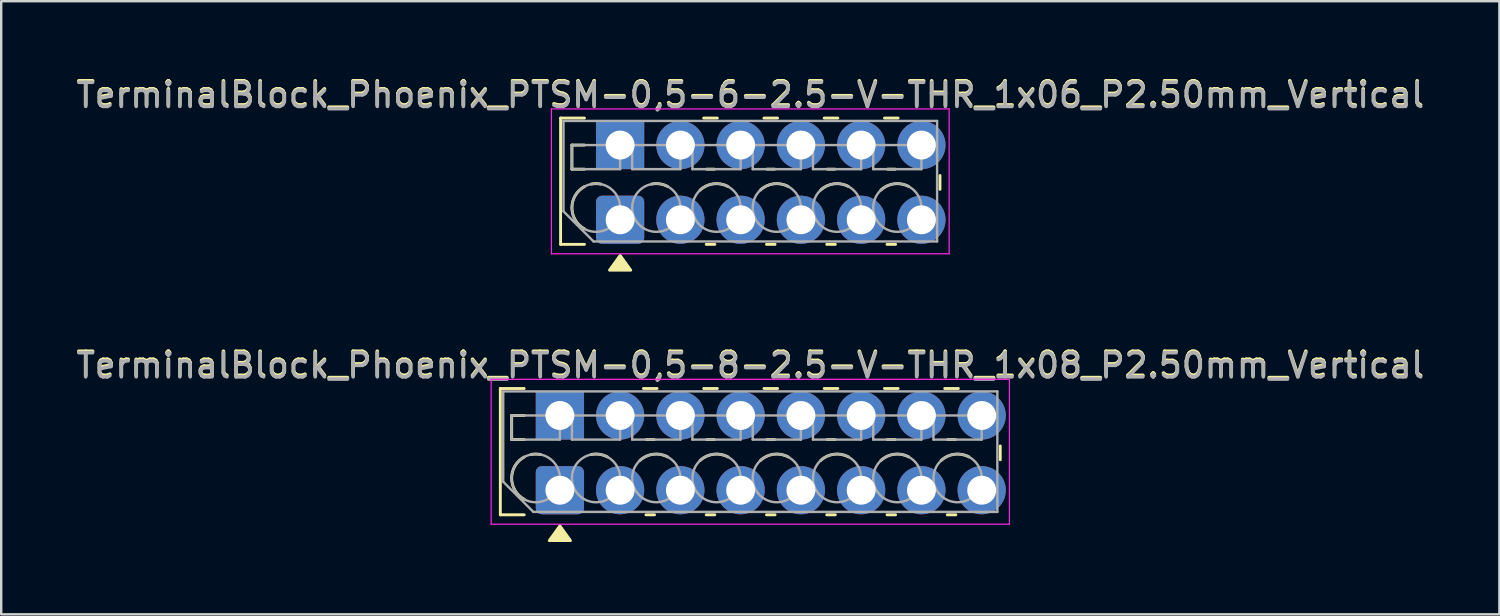
<source format=kicad_pcb>
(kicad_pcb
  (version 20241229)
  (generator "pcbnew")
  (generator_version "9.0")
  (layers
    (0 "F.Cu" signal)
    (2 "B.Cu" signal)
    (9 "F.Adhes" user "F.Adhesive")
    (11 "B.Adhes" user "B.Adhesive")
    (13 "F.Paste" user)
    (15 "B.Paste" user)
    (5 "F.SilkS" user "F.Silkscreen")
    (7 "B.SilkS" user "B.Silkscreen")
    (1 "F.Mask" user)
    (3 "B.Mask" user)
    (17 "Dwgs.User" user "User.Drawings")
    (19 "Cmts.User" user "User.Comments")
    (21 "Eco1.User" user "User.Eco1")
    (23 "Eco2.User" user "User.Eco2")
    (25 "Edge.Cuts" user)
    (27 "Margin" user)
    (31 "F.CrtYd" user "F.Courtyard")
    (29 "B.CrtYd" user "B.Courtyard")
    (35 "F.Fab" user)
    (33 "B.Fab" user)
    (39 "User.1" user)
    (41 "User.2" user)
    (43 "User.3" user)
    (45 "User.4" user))
  (footprint "TerminalBlock_Phoenix_PTSM-0,5-6-2.5-V-THR_1x06_P2.50mm_Vertical"
    (layer "F.Cu")
    (at 22.677 6.068)
    (property "Reference" "TerminalBlock_Phoenix_PTSM-0,5-6-2.5-V-THR_1x06_P2.50mm_Vertical" (at 5.4 -5.22 0) (layer "F.SilkS") (effects (font (size 1 1) (thickness 0.15))))
    (attr through_hole)
    (fp_line (start -2.47 -4.22) (end -2.47 1.02) (stroke (width 0.12) (type solid)) (layer "F.SilkS"))
    (fp_line (start -2.47 -4.22) (end -1.48 -4.22) (stroke (width 0.12) (type solid)) (layer "F.SilkS"))
    (fp_line (start -2.47 1.02) (end -1.48 1.02) (stroke (width 0.12) (type solid)) (layer "F.SilkS"))
    (fp_line (start -2 -3.1) (end -2 -2.1) (stroke (width 0.12) (type solid)) (layer "F.SilkS"))
    (fp_line (start -2 -3.1) (end -1.48 -3.1) (stroke (width 0.12) (type solid)) (layer "F.SilkS"))
    (fp_line (start -2 -2.1) (end -1.48 -2.1) (stroke (width 0.12) (type solid)) (layer "F.SilkS"))
    (fp_line (start 3.467 -4.22) (end 4.033 -4.22) (stroke (width 0.12) (type solid)) (layer "F.SilkS"))
    (fp_line (start 3.572 1.02) (end 3.928 1.02) (stroke (width 0.12) (type solid)) (layer "F.SilkS"))
    (fp_line (start 3.591 -2.1) (end 3.909 -2.1) (stroke (width 0.12) (type solid)) (layer "F.SilkS"))
    (fp_line (start 5.967 -4.22) (end 6.533 -4.22) (stroke (width 0.12) (type solid)) (layer "F.SilkS"))
    (fp_line (start 6.072 1.02) (end 6.428 1.02) (stroke (width 0.12) (type solid)) (layer "F.SilkS"))
    (fp_line (start 6.091 -2.1) (end 6.409 -2.1) (stroke (width 0.12) (type solid)) (layer "F.SilkS"))
    (fp_line (start 8.467 -4.22) (end 9.033 -4.22) (stroke (width 0.12) (type solid)) (layer "F.SilkS"))
    (fp_line (start 8.572 1.02) (end 8.928 1.02) (stroke (width 0.12) (type solid)) (layer "F.SilkS"))
    (fp_line (start 8.591 -2.1) (end 8.909 -2.1) (stroke (width 0.12) (type solid)) (layer "F.SilkS"))
    (fp_line (start 10.967 -4.22) (end 11.533 -4.22) (stroke (width 0.12) (type solid)) (layer "F.SilkS"))
    (fp_line (start 11.072 1.02) (end 11.428 1.02) (stroke (width 0.12) (type solid)) (layer "F.SilkS"))
    (fp_line (start 11.091 -2.1) (end 11.409 -2.1) (stroke (width 0.12) (type solid)) (layer "F.SilkS"))
    (fp_line (start 13.27 -1.836) (end 13.27 -1.264) (stroke (width 0.12) (type solid)) (layer "F.SilkS"))
    (fp_arc (start -1.48 0.377) (mid -2 -0.5) (end -1.48 -1.377) (stroke (width 0.12) (type solid)) (layer "F.SilkS"))
    (fp_arc (start -1.199 -1.48) (mid -1 -1.5) (end -0.801 -1.48) (stroke (width 0.12) (type solid)) (layer "F.SilkS"))
    (fp_arc (start 1.301 -1.48) (mid 1.644617 -1.48991) (end 1.971 -1.382) (stroke (width 0.12) (type solid)) (layer "F.SilkS"))
    (fp_arc (start 3.319 -1.233) (mid 3.871134 -1.492017) (end 4.471 -1.382) (stroke (width 0.12) (type solid)) (layer "F.SilkS"))
    (fp_arc (start 5.819 -1.233) (mid 6.371134 -1.492017) (end 6.971 -1.382) (stroke (width 0.12) (type solid)) (layer "F.SilkS"))
    (fp_arc (start 8.319 -1.233) (mid 8.871134 -1.492017) (end 9.471 -1.382) (stroke (width 0.12) (type solid)) (layer "F.SilkS"))
    (fp_arc (start 10.819 -1.233) (mid 11.371134 -1.492017) (end 11.971 -1.382) (stroke (width 0.12) (type solid)) (layer "F.SilkS"))
    (fp_poly (pts (xy 0 1.48) (xy 0.44 2.09) (xy -0.44 2.09)) (stroke (width 0.12) (type solid)) (fill yes) (layer "F.SilkS"))
    (fp_line (start -2.85 -4.6) (end -2.85 1.41) (stroke (width 0.05) (type solid)) (layer "F.CrtYd"))
    (fp_line (start -2.85 1.41) (end 13.65 1.41) (stroke (width 0.05) (type solid)) (layer "F.CrtYd"))
    (fp_line (start 13.65 -4.6) (end -2.85 -4.6) (stroke (width 0.05) (type solid)) (layer "F.CrtYd"))
    (fp_line (start 13.65 1.41) (end 13.65 -4.6) (stroke (width 0.05) (type solid)) (layer "F.CrtYd"))
    (fp_line (start -2.35 -4.1) (end 13.15 -4.1) (stroke (width 0.1) (type solid)) (layer "F.Fab"))
    (fp_line (start -2.35 -0.35) (end -2.35 -4.1) (stroke (width 0.1) (type solid)) (layer "F.Fab"))
    (fp_line (start -2 -3.1) (end -2 -2.1) (stroke (width 0.1) (type solid)) (layer "F.Fab"))
    (fp_line (start -2 -2.1) (end 0 -2.1) (stroke (width 0.1) (type solid)) (layer "F.Fab"))
    (fp_line (start -1.1 0.9) (end -2.35 -0.35) (stroke (width 0.1) (type solid)) (layer "F.Fab"))
    (fp_line (start 0 -3.1) (end -2 -3.1) (stroke (width 0.1) (type solid)) (layer "F.Fab"))
    (fp_line (start 0 -2.1) (end 0 -3.1) (stroke (width 0.1) (type solid)) (layer "F.Fab"))
    (fp_line (start 0.5 -3.1) (end 0.5 -2.1) (stroke (width 0.1) (type solid)) (layer "F.Fab"))
    (fp_line (start 0.5 -2.1) (end 2.5 -2.1) (stroke (width 0.1) (type solid)) (layer "F.Fab"))
    (fp_line (start 2.5 -3.1) (end 0.5 -3.1) (stroke (width 0.1) (type solid)) (layer "F.Fab"))
    (fp_line (start 2.5 -2.1) (end 2.5 -3.1) (stroke (width 0.1) (type solid)) (layer "F.Fab"))
    (fp_line (start 3 -3.1) (end 3 -2.1) (stroke (width 0.1) (type solid)) (layer "F.Fab"))
    (fp_line (start 3 -2.1) (end 5 -2.1) (stroke (width 0.1) (type solid)) (layer "F.Fab"))
    (fp_line (start 5 -3.1) (end 3 -3.1) (stroke (width 0.1) (type solid)) (layer "F.Fab"))
    (fp_line (start 5 -2.1) (end 5 -3.1) (stroke (width 0.1) (type solid)) (layer "F.Fab"))
    (fp_line (start 5.5 -3.1) (end 5.5 -2.1) (stroke (width 0.1) (type solid)) (layer "F.Fab"))
    (fp_line (start 5.5 -2.1) (end 7.5 -2.1) (stroke (width 0.1) (type solid)) (layer "F.Fab"))
    (fp_line (start 7.5 -3.1) (end 5.5 -3.1) (stroke (width 0.1) (type solid)) (layer "F.Fab"))
    (fp_line (start 7.5 -2.1) (end 7.5 -3.1) (stroke (width 0.1) (type solid)) (layer "F.Fab"))
    (fp_line (start 8 -3.1) (end 8 -2.1) (stroke (width 0.1) (type solid)) (layer "F.Fab"))
    (fp_line (start 8 -2.1) (end 10 -2.1) (stroke (width 0.1) (type solid)) (layer "F.Fab"))
    (fp_line (start 10 -3.1) (end 8 -3.1) (stroke (width 0.1) (type solid)) (layer "F.Fab"))
    (fp_line (start 10 -2.1) (end 10 -3.1) (stroke (width 0.1) (type solid)) (layer "F.Fab"))
    (fp_line (start 10.5 -3.1) (end 10.5 -2.1) (stroke (width 0.1) (type solid)) (layer "F.Fab"))
    (fp_line (start 10.5 -2.1) (end 12.5 -2.1) (stroke (width 0.1) (type solid)) (layer "F.Fab"))
    (fp_line (start 12.5 -3.1) (end 10.5 -3.1) (stroke (width 0.1) (type solid)) (layer "F.Fab"))
    (fp_line (start 12.5 -2.1) (end 12.5 -3.1) (stroke (width 0.1) (type solid)) (layer "F.Fab"))
    (fp_line (start 13.15 -4.1) (end 13.15 0.9) (stroke (width 0.1) (type solid)) (layer "F.Fab"))
    (fp_line (start 13.15 0.9) (end -1.1 0.9) (stroke (width 0.1) (type solid)) (layer "F.Fab"))
    (fp_circle (center -1 -0.5) (end 0 -0.5) (stroke (width 0.1) (type solid)) (fill no) (layer "F.Fab"))
    (fp_circle (center 1.5 -0.5) (end 2.5 -0.5) (stroke (width 0.1) (type solid)) (fill no) (layer "F.Fab"))
    (fp_circle (center 4 -0.5) (end 5 -0.5) (stroke (width 0.1) (type solid)) (fill no) (layer "F.Fab"))
    (fp_circle (center 6.5 -0.5) (end 7.5 -0.5) (stroke (width 0.1) (type solid)) (fill no) (layer "F.Fab"))
    (fp_circle (center 9 -0.5) (end 10 -0.5) (stroke (width 0.1) (type solid)) (fill no) (layer "F.Fab"))
    (fp_circle (center 11.5 -0.5) (end 12.5 -0.5) (stroke (width 0.1) (type solid)) (fill no) (layer "F.Fab"))
    (fp_text user "${REFERENCE}" (at 5.4 -5.16 0) (layer "F.Fab") (effects (font (size 1 1) (thickness 0.15))))
    (pad "1" thru_hole rect (at 0 -3.1) (size 2 2) (drill 1.2) (layers "*.Cu" "*.Mask"))
    (pad "1" thru_hole roundrect (at 0 0) (size 2 2) (drill 1.2) (layers "*.Cu" "*.Mask") (roundrect_rratio 0.125))
    (pad "2" thru_hole circle (at 2.5 -3.1) (size 2 2) (drill 1.2) (layers "*.Cu" "*.Mask"))
    (pad "2" thru_hole circle (at 2.5 0) (size 2 2) (drill 1.2) (layers "*.Cu" "*.Mask"))
    (pad "3" thru_hole circle (at 5 -3.1) (size 2 2) (drill 1.2) (layers "*.Cu" "*.Mask"))
    (pad "3" thru_hole circle (at 5 0) (size 2 2) (drill 1.2) (layers "*.Cu" "*.Mask"))
    (pad "4" thru_hole circle (at 7.5 -3.1) (size 2 2) (drill 1.2) (layers "*.Cu" "*.Mask"))
    (pad "4" thru_hole circle (at 7.5 0) (size 2 2) (drill 1.2) (layers "*.Cu" "*.Mask"))
    (pad "5" thru_hole circle (at 10 -3.1) (size 2 2) (drill 1.2) (layers "*.Cu" "*.Mask"))
    (pad "5" thru_hole circle (at 10 0) (size 2 2) (drill 1.2) (layers "*.Cu" "*.Mask"))
    (pad "6" thru_hole circle (at 12.5 -3.1) (size 2 2) (drill 1.2) (layers "*.Cu" "*.Mask"))
    (pad "6" thru_hole circle (at 12.5 0) (size 2 2) (drill 1.2) (layers "*.Cu" "*.Mask")))
  (footprint "TerminalBlock_Phoenix_PTSM-0,5-8-2.5-V-THR_1x08_P2.50mm_Vertical"
    (layer "F.Cu")
    (at 20.177 17.287)
    (property "Reference" "TerminalBlock_Phoenix_PTSM-0,5-8-2.5-V-THR_1x08_P2.50mm_Vertical" (at 7.9 -5.22 0) (layer "F.SilkS") (effects (font (size 1 1) (thickness 0.15))))
    (attr through_hole)
    (fp_line (start -2.47 -4.22) (end -2.47 1.02) (stroke (width 0.12) (type solid)) (layer "F.SilkS"))
    (fp_line (start -2.47 -4.22) (end -1.48 -4.22) (stroke (width 0.12) (type solid)) (layer "F.SilkS"))
    (fp_line (start -2.47 1.02) (end -1.48 1.02) (stroke (width 0.12) (type solid)) (layer "F.SilkS"))
    (fp_line (start -2 -3.1) (end -2 -2.1) (stroke (width 0.12) (type solid)) (layer "F.SilkS"))
    (fp_line (start -2 -3.1) (end -1.48 -3.1) (stroke (width 0.12) (type solid)) (layer "F.SilkS"))
    (fp_line (start -2 -2.1) (end -1.48 -2.1) (stroke (width 0.12) (type solid)) (layer "F.SilkS"))
    (fp_line (start 3.467 -4.22) (end 4.033 -4.22) (stroke (width 0.12) (type solid)) (layer "F.SilkS"))
    (fp_line (start 3.572 1.02) (end 3.928 1.02) (stroke (width 0.12) (type solid)) (layer "F.SilkS"))
    (fp_line (start 3.591 -2.1) (end 3.909 -2.1) (stroke (width 0.12) (type solid)) (layer "F.SilkS"))
    (fp_line (start 5.967 -4.22) (end 6.533 -4.22) (stroke (width 0.12) (type solid)) (layer "F.SilkS"))
    (fp_line (start 6.072 1.02) (end 6.428 1.02) (stroke (width 0.12) (type solid)) (layer "F.SilkS"))
    (fp_line (start 6.091 -2.1) (end 6.409 -2.1) (stroke (width 0.12) (type solid)) (layer "F.SilkS"))
    (fp_line (start 8.467 -4.22) (end 9.033 -4.22) (stroke (width 0.12) (type solid)) (layer "F.SilkS"))
    (fp_line (start 8.572 1.02) (end 8.928 1.02) (stroke (width 0.12) (type solid)) (layer "F.SilkS"))
    (fp_line (start 8.591 -2.1) (end 8.909 -2.1) (stroke (width 0.12) (type solid)) (layer "F.SilkS"))
    (fp_line (start 10.967 -4.22) (end 11.533 -4.22) (stroke (width 0.12) (type solid)) (layer "F.SilkS"))
    (fp_line (start 11.072 1.02) (end 11.428 1.02) (stroke (width 0.12) (type solid)) (layer "F.SilkS"))
    (fp_line (start 11.091 -2.1) (end 11.409 -2.1) (stroke (width 0.12) (type solid)) (layer "F.SilkS"))
    (fp_line (start 13.467 -4.22) (end 14.033 -4.22) (stroke (width 0.12) (type solid)) (layer "F.SilkS"))
    (fp_line (start 13.572 1.02) (end 13.928 1.02) (stroke (width 0.12) (type solid)) (layer "F.SilkS"))
    (fp_line (start 13.591 -2.1) (end 13.909 -2.1) (stroke (width 0.12) (type solid)) (layer "F.SilkS"))
    (fp_line (start 15.967 -4.22) (end 16.533 -4.22) (stroke (width 0.12) (type solid)) (layer "F.SilkS"))
    (fp_line (start 16.072 1.02) (end 16.428 1.02) (stroke (width 0.12) (type solid)) (layer "F.SilkS"))
    (fp_line (start 16.091 -2.1) (end 16.409 -2.1) (stroke (width 0.12) (type solid)) (layer "F.SilkS"))
    (fp_line (start 18.27 -1.836) (end 18.27 -1.264) (stroke (width 0.12) (type solid)) (layer "F.SilkS"))
    (fp_arc (start -1.48 0.377) (mid -2 -0.5) (end -1.48 -1.377) (stroke (width 0.12) (type solid)) (layer "F.SilkS"))
    (fp_arc (start -1.199 -1.48) (mid -1 -1.5) (end -0.801 -1.48) (stroke (width 0.12) (type solid)) (layer "F.SilkS"))
    (fp_arc (start 1.301 -1.48) (mid 1.644617 -1.48991) (end 1.971 -1.382) (stroke (width 0.12) (type solid)) (layer "F.SilkS"))
    (fp_arc (start 3.319 -1.233) (mid 3.871134 -1.492017) (end 4.471 -1.382) (stroke (width 0.12) (type solid)) (layer "F.SilkS"))
    (fp_arc (start 5.819 -1.233) (mid 6.371134 -1.492017) (end 6.971 -1.382) (stroke (width 0.12) (type solid)) (layer "F.SilkS"))
    (fp_arc (start 8.319 -1.233) (mid 8.871134 -1.492017) (end 9.471 -1.382) (stroke (width 0.12) (type solid)) (layer "F.SilkS"))
    (fp_arc (start 10.819 -1.233) (mid 11.371134 -1.492017) (end 11.971 -1.382) (stroke (width 0.12) (type solid)) (layer "F.SilkS"))
    (fp_arc (start 13.319 -1.233) (mid 13.871134 -1.492017) (end 14.471 -1.382) (stroke (width 0.12) (type solid)) (layer "F.SilkS"))
    (fp_arc (start 15.819 -1.233) (mid 16.371134 -1.492017) (end 16.971 -1.382) (stroke (width 0.12) (type solid)) (layer "F.SilkS"))
    (fp_poly (pts (xy 0 1.48) (xy 0.44 2.09) (xy -0.44 2.09)) (stroke (width 0.12) (type solid)) (fill yes) (layer "F.SilkS"))
    (fp_line (start -2.85 -4.6) (end -2.85 1.41) (stroke (width 0.05) (type solid)) (layer "F.CrtYd"))
    (fp_line (start -2.85 1.41) (end 18.65 1.41) (stroke (width 0.05) (type solid)) (layer "F.CrtYd"))
    (fp_line (start 18.65 -4.6) (end -2.85 -4.6) (stroke (width 0.05) (type solid)) (layer "F.CrtYd"))
    (fp_line (start 18.65 1.41) (end 18.65 -4.6) (stroke (width 0.05) (type solid)) (layer "F.CrtYd"))
    (fp_line (start -2.35 -4.1) (end 18.15 -4.1) (stroke (width 0.1) (type solid)) (layer "F.Fab"))
    (fp_line (start -2.35 -0.35) (end -2.35 -4.1) (stroke (width 0.1) (type solid)) (layer "F.Fab"))
    (fp_line (start -2 -3.1) (end -2 -2.1) (stroke (width 0.1) (type solid)) (layer "F.Fab"))
    (fp_line (start -2 -2.1) (end 0 -2.1) (stroke (width 0.1) (type solid)) (layer "F.Fab"))
    (fp_line (start -1.1 0.9) (end -2.35 -0.35) (stroke (width 0.1) (type solid)) (layer "F.Fab"))
    (fp_line (start 0 -3.1) (end -2 -3.1) (stroke (width 0.1) (type solid)) (layer "F.Fab"))
    (fp_line (start 0 -2.1) (end 0 -3.1) (stroke (width 0.1) (type solid)) (layer "F.Fab"))
    (fp_line (start 0.5 -3.1) (end 0.5 -2.1) (stroke (width 0.1) (type solid)) (layer "F.Fab"))
    (fp_line (start 0.5 -2.1) (end 2.5 -2.1) (stroke (width 0.1) (type solid)) (layer "F.Fab"))
    (fp_line (start 2.5 -3.1) (end 0.5 -3.1) (stroke (width 0.1) (type solid)) (layer "F.Fab"))
    (fp_line (start 2.5 -2.1) (end 2.5 -3.1) (stroke (width 0.1) (type solid)) (layer "F.Fab"))
    (fp_line (start 3 -3.1) (end 3 -2.1) (stroke (width 0.1) (type solid)) (layer "F.Fab"))
    (fp_line (start 3 -2.1) (end 5 -2.1) (stroke (width 0.1) (type solid)) (layer "F.Fab"))
    (fp_line (start 5 -3.1) (end 3 -3.1) (stroke (width 0.1) (type solid)) (layer "F.Fab"))
    (fp_line (start 5 -2.1) (end 5 -3.1) (stroke (width 0.1) (type solid)) (layer "F.Fab"))
    (fp_line (start 5.5 -3.1) (end 5.5 -2.1) (stroke (width 0.1) (type solid)) (layer "F.Fab"))
    (fp_line (start 5.5 -2.1) (end 7.5 -2.1) (stroke (width 0.1) (type solid)) (layer "F.Fab"))
    (fp_line (start 7.5 -3.1) (end 5.5 -3.1) (stroke (width 0.1) (type solid)) (layer "F.Fab"))
    (fp_line (start 7.5 -2.1) (end 7.5 -3.1) (stroke (width 0.1) (type solid)) (layer "F.Fab"))
    (fp_line (start 8 -3.1) (end 8 -2.1) (stroke (width 0.1) (type solid)) (layer "F.Fab"))
    (fp_line (start 8 -2.1) (end 10 -2.1) (stroke (width 0.1) (type solid)) (layer "F.Fab"))
    (fp_line (start 10 -3.1) (end 8 -3.1) (stroke (width 0.1) (type solid)) (layer "F.Fab"))
    (fp_line (start 10 -2.1) (end 10 -3.1) (stroke (width 0.1) (type solid)) (layer "F.Fab"))
    (fp_line (start 10.5 -3.1) (end 10.5 -2.1) (stroke (width 0.1) (type solid)) (layer "F.Fab"))
    (fp_line (start 10.5 -2.1) (end 12.5 -2.1) (stroke (width 0.1) (type solid)) (layer "F.Fab"))
    (fp_line (start 12.5 -3.1) (end 10.5 -3.1) (stroke (width 0.1) (type solid)) (layer "F.Fab"))
    (fp_line (start 12.5 -2.1) (end 12.5 -3.1) (stroke (width 0.1) (type solid)) (layer "F.Fab"))
    (fp_line (start 13 -3.1) (end 13 -2.1) (stroke (width 0.1) (type solid)) (layer "F.Fab"))
    (fp_line (start 13 -2.1) (end 15 -2.1) (stroke (width 0.1) (type solid)) (layer "F.Fab"))
    (fp_line (start 15 -3.1) (end 13 -3.1) (stroke (width 0.1) (type solid)) (layer "F.Fab"))
    (fp_line (start 15 -2.1) (end 15 -3.1) (stroke (width 0.1) (type solid)) (layer "F.Fab"))
    (fp_line (start 15.5 -3.1) (end 15.5 -2.1) (stroke (width 0.1) (type solid)) (layer "F.Fab"))
    (fp_line (start 15.5 -2.1) (end 17.5 -2.1) (stroke (width 0.1) (type solid)) (layer "F.Fab"))
    (fp_line (start 17.5 -3.1) (end 15.5 -3.1) (stroke (width 0.1) (type solid)) (layer "F.Fab"))
    (fp_line (start 17.5 -2.1) (end 17.5 -3.1) (stroke (width 0.1) (type solid)) (layer "F.Fab"))
    (fp_line (start 18.15 -4.1) (end 18.15 0.9) (stroke (width 0.1) (type solid)) (layer "F.Fab"))
    (fp_line (start 18.15 0.9) (end -1.1 0.9) (stroke (width 0.1) (type solid)) (layer "F.Fab"))
    (fp_circle (center -1 -0.5) (end 0 -0.5) (stroke (width 0.1) (type solid)) (fill no) (layer "F.Fab"))
    (fp_circle (center 1.5 -0.5) (end 2.5 -0.5) (stroke (width 0.1) (type solid)) (fill no) (layer "F.Fab"))
    (fp_circle (center 4 -0.5) (end 5 -0.5) (stroke (width 0.1) (type solid)) (fill no) (layer "F.Fab"))
    (fp_circle (center 6.5 -0.5) (end 7.5 -0.5) (stroke (width 0.1) (type solid)) (fill no) (layer "F.Fab"))
    (fp_circle (center 9 -0.5) (end 10 -0.5) (stroke (width 0.1) (type solid)) (fill no) (layer "F.Fab"))
    (fp_circle (center 11.5 -0.5) (end 12.5 -0.5) (stroke (width 0.1) (type solid)) (fill no) (layer "F.Fab"))
    (fp_circle (center 14 -0.5) (end 15 -0.5) (stroke (width 0.1) (type solid)) (fill no) (layer "F.Fab"))
    (fp_circle (center 16.5 -0.5) (end 17.5 -0.5) (stroke (width 0.1) (type solid)) (fill no) (layer "F.Fab"))
    (fp_text user "${REFERENCE}" (at 7.9 -5.16 0) (layer "F.Fab") (effects (font (size 1 1) (thickness 0.15))))
    (pad "1" thru_hole rect (at 0 -3.1) (size 2 2) (drill 1.2) (layers "*.Cu" "*.Mask"))
    (pad "1" thru_hole roundrect (at 0 0) (size 2 2) (drill 1.2) (layers "*.Cu" "*.Mask") (roundrect_rratio 0.125))
    (pad "2" thru_hole circle (at 2.5 -3.1) (size 2 2) (drill 1.2) (layers "*.Cu" "*.Mask"))
    (pad "2" thru_hole circle (at 2.5 0) (size 2 2) (drill 1.2) (layers "*.Cu" "*.Mask"))
    (pad "3" thru_hole circle (at 5 -3.1) (size 2 2) (drill 1.2) (layers "*.Cu" "*.Mask"))
    (pad "3" thru_hole circle (at 5 0) (size 2 2) (drill 1.2) (layers "*.Cu" "*.Mask"))
    (pad "4" thru_hole circle (at 7.5 -3.1) (size 2 2) (drill 1.2) (layers "*.Cu" "*.Mask"))
    (pad "4" thru_hole circle (at 7.5 0) (size 2 2) (drill 1.2) (layers "*.Cu" "*.Mask"))
    (pad "5" thru_hole circle (at 10 -3.1) (size 2 2) (drill 1.2) (layers "*.Cu" "*.Mask"))
    (pad "5" thru_hole circle (at 10 0) (size 2 2) (drill 1.2) (layers "*.Cu" "*.Mask"))
    (pad "6" thru_hole circle (at 12.5 -3.1) (size 2 2) (drill 1.2) (layers "*.Cu" "*.Mask"))
    (pad "6" thru_hole circle (at 12.5 0) (size 2 2) (drill 1.2) (layers "*.Cu" "*.Mask"))
    (pad "7" thru_hole circle (at 15 -3.1) (size 2 2) (drill 1.2) (layers "*.Cu" "*.Mask"))
    (pad "7" thru_hole circle (at 15 0) (size 2 2) (drill 1.2) (layers "*.Cu" "*.Mask"))
    (pad "8" thru_hole circle (at 17.5 -3.1) (size 2 2) (drill 1.2) (layers "*.Cu" "*.Mask"))
    (pad "8" thru_hole circle (at 17.5 0) (size 2 2) (drill 1.2) (layers "*.Cu" "*.Mask")))
  (gr_rect
    (start -3 -3)
    (end 59.155 22.436)
    (stroke (width 0.1) (type default))
    (fill no)
    (layer "Edge.Cuts")))
</source>
